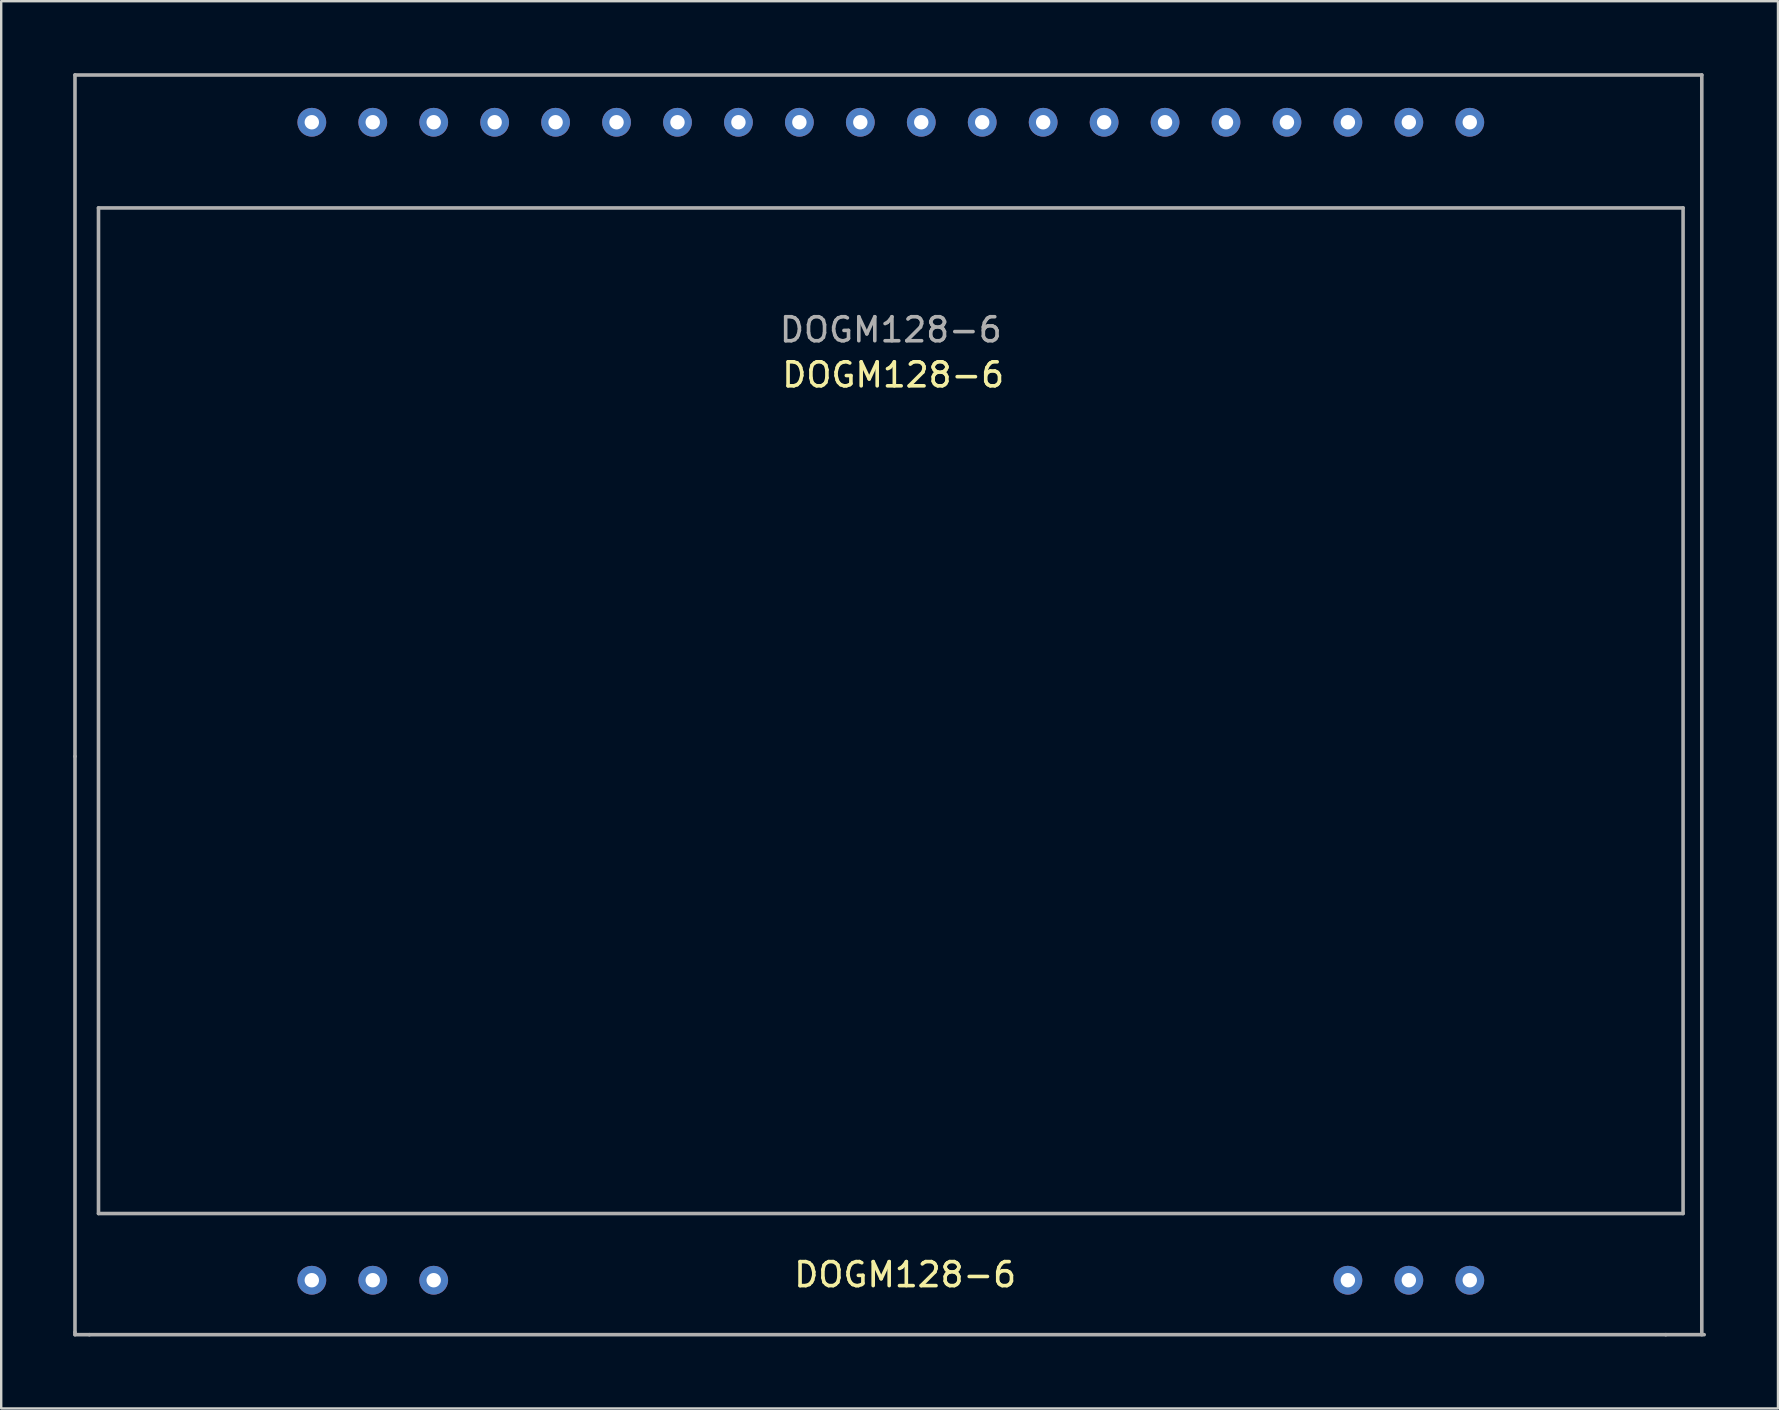
<source format=kicad_pcb>
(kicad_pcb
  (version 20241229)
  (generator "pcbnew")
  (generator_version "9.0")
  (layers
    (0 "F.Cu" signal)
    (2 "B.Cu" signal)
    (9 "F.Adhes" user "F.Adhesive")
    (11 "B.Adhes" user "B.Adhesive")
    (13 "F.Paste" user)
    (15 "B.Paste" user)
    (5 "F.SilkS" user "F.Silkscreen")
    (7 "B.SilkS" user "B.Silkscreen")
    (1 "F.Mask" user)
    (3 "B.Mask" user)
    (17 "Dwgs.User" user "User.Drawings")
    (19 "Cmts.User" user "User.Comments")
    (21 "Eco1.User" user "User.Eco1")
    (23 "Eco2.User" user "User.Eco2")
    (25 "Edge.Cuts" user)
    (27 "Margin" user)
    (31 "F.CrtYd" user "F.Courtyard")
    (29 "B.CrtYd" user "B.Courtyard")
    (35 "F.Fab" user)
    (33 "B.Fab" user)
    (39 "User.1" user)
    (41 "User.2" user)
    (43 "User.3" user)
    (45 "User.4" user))
  (footprint "DOGM128-6"
    (layer "F.Cu")
    (at 34.075 28.475)
    (property "Reference" "DOGM128-6" (at 0.6 21.6 0) (layer "F.SilkS") (effects (font (size 1 1) (thickness 0.15))))
    (attr smd)
    (fp_line (start -34 -28.4) (end 33.8 -28.4) (stroke (width 0.15) (type solid)) (layer "F.Fab"))
    (fp_line (start -34 0) (end -34 -28.4) (stroke (width 0.15) (type solid)) (layer "F.Fab"))
    (fp_line (start -34 0) (end -34 24) (stroke (width 0.15) (type solid)) (layer "F.Fab"))
    (fp_line (start -34 24.1) (end -34 24) (stroke (width 0.15) (type solid)) (layer "F.Fab"))
    (fp_line (start -33.4 24.1) (end -34 24.1) (stroke (width 0.15) (type solid)) (layer "F.Fab"))
    (fp_line (start -33.02 -22.86) (end 33.02 -22.86) (stroke (width 0.15) (type solid)) (layer "F.Fab"))
    (fp_line (start -33.02 19.05) (end -33.02 -22.86) (stroke (width 0.15) (type solid)) (layer "F.Fab"))
    (fp_line (start 32.3 24.1) (end -33.4 24.1) (stroke (width 0.15) (type solid)) (layer "F.Fab"))
    (fp_line (start 32.3 24.1) (end 33.9 24.1) (stroke (width 0.15) (type solid)) (layer "F.Fab"))
    (fp_line (start 33.02 -22.86) (end 33.02 19.05) (stroke (width 0.15) (type solid)) (layer "F.Fab"))
    (fp_line (start 33.02 19.05) (end -33.02 19.05) (stroke (width 0.15) (type solid)) (layer "F.Fab"))
    (fp_line (start 33.8 -28.4) (end 33.8 24.1) (stroke (width 0.15) (type solid)) (layer "F.Fab"))
    (fp_text user "DOGM128-6" (at 0.1 -15.9 0) (layer "F.SilkS") (effects (font (size 1 1) (thickness 0.15))))
    (fp_text user "${REFERENCE}" (at 0 -17.78 0) (layer "F.Fab") (effects (font (size 1 1) (thickness 0.15))))
    (pad "1" thru_hole circle (at -24.13 21.83) (size 1.2 1.2) (drill 0.6) (layers "*.Cu" "*.Mask"))
    (pad "2" thru_hole circle (at -21.59 21.83) (size 1.2 1.2) (drill 0.6) (layers "*.Cu" "*.Mask"))
    (pad "3" thru_hole circle (at -19.05 21.83) (size 1.2 1.2) (drill 0.6) (layers "*.Cu" "*.Mask"))
    (pad "18" thru_hole circle (at 19.05 21.83) (size 1.2 1.2) (drill 0.6) (layers "*.Cu" "*.Mask"))
    (pad "19" thru_hole circle (at 21.59 21.83) (size 1.2 1.2) (drill 0.6) (layers "*.Cu" "*.Mask"))
    (pad "20" thru_hole circle (at 24.13 21.83) (size 1.2 1.2) (drill 0.6) (layers "*.Cu" "*.Mask"))
    (pad "21" thru_hole circle (at 24.13 -26.43) (size 1.2 1.2) (drill 0.6) (layers "*.Cu" "*.Mask"))
    (pad "22" thru_hole circle (at 21.59 -26.43) (size 1.2 1.2) (drill 0.6) (layers "*.Cu" "*.Mask"))
    (pad "23" thru_hole circle (at 19.05 -26.43) (size 1.2 1.2) (drill 0.6) (layers "*.Cu" "*.Mask"))
    (pad "24" thru_hole circle (at 16.51 -26.43) (size 1.2 1.2) (drill 0.6) (layers "*.Cu" "*.Mask"))
    (pad "25" thru_hole circle (at 13.97 -26.43) (size 1.2 1.2) (drill 0.6) (layers "*.Cu" "*.Mask"))
    (pad "26" thru_hole circle (at 11.43 -26.43) (size 1.2 1.2) (drill 0.6) (layers "*.Cu" "*.Mask"))
    (pad "27" thru_hole circle (at 8.89 -26.43) (size 1.2 1.2) (drill 0.6) (layers "*.Cu" "*.Mask"))
    (pad "28" thru_hole circle (at 6.35 -26.43) (size 1.2 1.2) (drill 0.6) (layers "*.Cu" "*.Mask"))
    (pad "29" thru_hole circle (at 3.81 -26.43) (size 1.2 1.2) (drill 0.6) (layers "*.Cu" "*.Mask"))
    (pad "30" thru_hole circle (at 1.27 -26.43) (size 1.2 1.2) (drill 0.6) (layers "*.Cu" "*.Mask"))
    (pad "31" thru_hole circle (at -1.27 -26.43) (size 1.2 1.2) (drill 0.6) (layers "*.Cu" "*.Mask"))
    (pad "32" thru_hole circle (at -3.81 -26.43) (size 1.2 1.2) (drill 0.6) (layers "*.Cu" "*.Mask"))
    (pad "33" thru_hole circle (at -6.35 -26.43) (size 1.2 1.2) (drill 0.6) (layers "*.Cu" "*.Mask"))
    (pad "34" thru_hole circle (at -8.89 -26.43) (size 1.2 1.2) (drill 0.6) (layers "*.Cu" "*.Mask"))
    (pad "35" thru_hole circle (at -11.43 -26.43) (size 1.2 1.2) (drill 0.6) (layers "*.Cu" "*.Mask"))
    (pad "36" thru_hole circle (at -13.97 -26.43) (size 1.2 1.2) (drill 0.6) (layers "*.Cu" "*.Mask"))
    (pad "37" thru_hole circle (at -16.51 -26.43) (size 1.2 1.2) (drill 0.6) (layers "*.Cu" "*.Mask"))
    (pad "38" thru_hole circle (at -19.05 -26.43) (size 1.2 1.2) (drill 0.6) (layers "*.Cu" "*.Mask"))
    (pad "39" thru_hole circle (at -21.59 -26.43) (size 1.2 1.2) (drill 0.6) (layers "*.Cu" "*.Mask"))
    (pad "40" thru_hole circle (at -24.13 -26.43) (size 1.2 1.2) (drill 0.6) (layers "*.Cu" "*.Mask")))
  (gr_rect
    (start -3 -3)
    (end 71.05 55.65)
    (stroke (width 0.1) (type default))
    (fill no)
    (layer "Edge.Cuts")))
</source>
